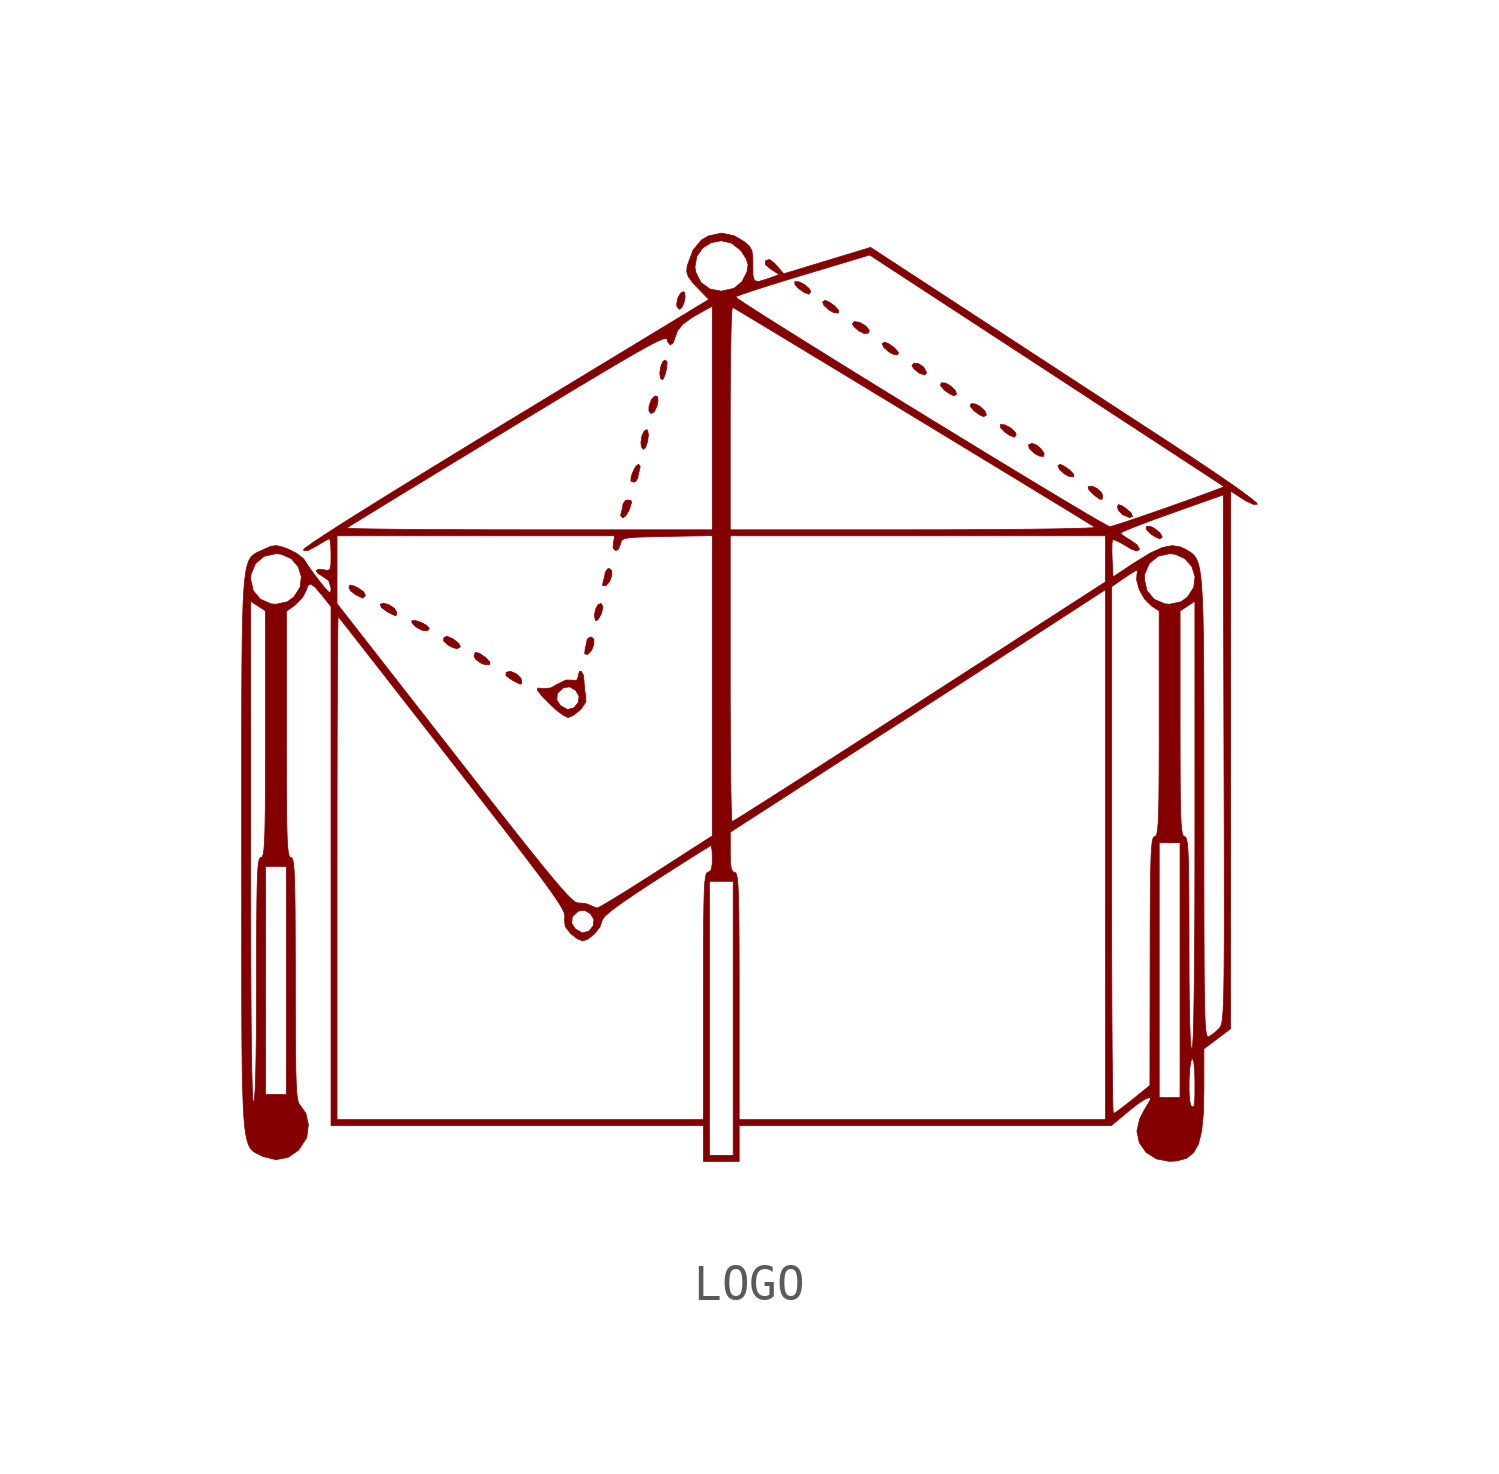
<source format=kicad_sym>
(kicad_symbol_lib
  (version 20210619)
  (generator bitmap2component)
  (symbol "LOGO"
    (pin_names
      (offset 1.016))
    (property "Reference" "#G"
      (at 0 12.573 0)
      (effects (font (size 1.27 1.27)) hide))
    (symbol "LOGO_0_0"
      (polyline (pts (xy -0.339 -12.192) (xy 10.236 -12.192) (xy 10.754 -11.761) (xy 10.974 -11.588) (xy 11.193 -11.443) (xy 11.326 -11.39) (xy 11.36 -11.435) (xy 11.277 -11.582) (xy 11.27 -11.592) (xy 11.16 -11.776) (xy 11.043 -12.009) (xy 11.043 -12.009) (xy 10.966 -12.354) (xy 11.035 -12.679) (xy 11.227 -12.951) (xy 11.519 -13.138) (xy 11.888 -13.208) (xy 12.099 -13.196) (xy 12.369 -13.123) (xy 12.571 -12.969) (xy 12.714 -12.715) (xy 12.806 -12.345) (xy 12.855 -11.842) (xy 12.869 -11.189) (xy 12.869 -10.01) (xy 13.248 -9.725) (xy 13.626 -9.44) (xy 13.629 -1.798) (xy 13.631 5.845) (xy 13.973 5.618) (xy 14.077 5.554) (xy 14.277 5.465) (xy 14.388 5.469) (xy 14.364 5.507) (xy 14.216 5.631) (xy 13.948 5.831) (xy 13.57 6.098) (xy 13.096 6.422) (xy 12.537 6.795) (xy 11.908 7.209) (xy 11.383 7.551) (xy 10.613 8.053) (xy 9.767 8.605) (xy 8.883 9.182) (xy 7.998 9.76) (xy 7.15 10.314) (xy 6.376 10.82) (xy 3.396 12.767) (xy 2.162 12.392) (xy 0.928 12.017) (xy 0.724 12.252) (xy 0.667 12.315) (xy 0.526 12.422) (xy 0.425 12.395) (xy 0.405 12.372) (xy 0.413 12.275) (xy 0.565 12.148) (xy 0.8 11.994) (xy 0.506 11.888) (xy 0.426 11.859) (xy 0.208 11.797) (xy 0.095 11.824) (xy 0.053 11.969) (xy 0.05 12.255) (xy 0.049 12.472) (xy 0.024 12.673) (xy -0.05 12.806) (xy -0.194 12.928) (xy -0.471 13.094) (xy -0.838 13.174) (xy -1.213 13.092) (xy -1.409 12.978) (xy -1.65 12.687) (xy -1.81 12.254) (xy -1.815 12.234) (xy -1.817 12.215) (xy -1.596 12.215) (xy -1.543 12.514) (xy -1.377 12.75) (xy -1.134 12.903) (xy -0.85 12.957) (xy -0.561 12.893) (xy -0.304 12.694) (xy -0.266 12.646) (xy -0.137 12.439) (xy -0.085 12.274) (xy -0.117 12.066) (xy -0.261 11.79) (xy -0.479 11.609) (xy -0.495 11.601) (xy -0.847 11.523) (xy -1.168 11.583) (xy -1.423 11.768) (xy -1.573 12.061) (xy -1.596 12.215) (xy -1.817 12.215) (xy -1.83 12.081) (xy -1.785 11.938) (xy -1.657 11.764) (xy -1.424 11.518) (xy -1.27 11.362) (xy -0.441 11.362) (xy -0.406 11.38) (xy -0.229 11.445) (xy 0.074 11.547) (xy 0.478 11.676) (xy 0.961 11.826) (xy 1.497 11.989) (xy 3.37 12.552) (xy 8.395 9.27) (xy 9.044 8.846) (xy 9.842 8.324) (xy 10.59 7.835) (xy 11.276 7.387) (xy 11.887 6.988) (xy 12.414 6.643) (xy 12.844 6.362) (xy 13.166 6.151) (xy 13.37 6.018) (xy 13.442 5.97) (xy 13.441 5.967) (xy 13.343 5.925) (xy 13.114 5.838) (xy 12.776 5.713) (xy 12.354 5.561) (xy 11.87 5.389) (xy 11.785 5.359) (xy 11.301 5.19) (xy 10.875 5.044) (xy 10.532 4.93) (xy 10.297 4.856) (xy 10.196 4.83) (xy 10.113 4.869) (xy 9.899 4.988) (xy 9.57 5.179) (xy 9.14 5.434) (xy 8.622 5.744) (xy 8.029 6.101) (xy 7.377 6.496) (xy 6.677 6.921) (xy 5.945 7.369) (xy 5.193 7.829) (xy 4.435 8.294) (xy 3.686 8.755) (xy 2.958 9.205) (xy 2.265 9.634) (xy 1.622 10.035) (xy 1.041 10.398) (xy 0.537 10.715) (xy 0.123 10.979) (xy -0.187 11.18) (xy -0.38 11.31) (xy -0.441 11.362) (xy -1.27 11.362) (xy -1.198 11.289) (xy -6.979 7.782) (xy -7.758 7.309) (xy -8.73 6.715) (xy -9.614 6.173) (xy -10.402 5.685) (xy -11.087 5.258) (xy -11.663 4.895) (xy -11.825 4.79) (xy -11.494 4.79) (xy -11.491 4.793) (xy -11.389 4.858) (xy -11.157 5.002) (xy -10.807 5.217) (xy -10.351 5.496) (xy -9.803 5.832) (xy -9.174 6.215) (xy -8.477 6.64) (xy -7.725 7.097) (xy -6.929 7.58) (xy -6.56 7.805) (xy -5.676 8.34) (xy -4.923 8.794) (xy -4.29 9.172) (xy -3.768 9.481) (xy -3.348 9.726) (xy -3.018 9.911) (xy -2.769 10.044) (xy -2.591 10.129) (xy -2.474 10.173) (xy -2.409 10.18) (xy -2.386 10.156) (xy -2.368 10.081) (xy -2.297 9.996) (xy -2.214 10.056) (xy -2.145 10.251) (xy -2.089 10.403) (xy -1.942 10.582) (xy -1.684 10.772) (xy -1.291 10.996) (xy -1.101 11.097) (xy -1.101 8.016) (xy -0.593 8.016) (xy -0.591 8.723) (xy -0.586 9.37) (xy -0.578 9.939) (xy -0.568 10.411) (xy -0.557 10.769) (xy -0.543 10.993) (xy -0.529 11.067) (xy -0.514 11.059) (xy -0.371 10.974) (xy -0.104 10.815) (xy 0.272 10.588) (xy 0.745 10.303) (xy 1.299 9.968) (xy 1.92 9.592) (xy 2.595 9.183) (xy 3.309 8.75) (xy 4.048 8.302) (xy 4.797 7.847) (xy 5.543 7.394) (xy 6.272 6.951) (xy 6.97 6.527) (xy 7.621 6.131) (xy 8.212 5.771) (xy 8.73 5.456) (xy 9.159 5.193) (xy 9.485 4.993) (xy 9.695 4.863) (xy 9.775 4.813) (xy 9.775 4.811) (xy 9.684 4.798) (xy 9.44 4.787) (xy 9.057 4.776) (xy 8.55 4.766) (xy 7.931 4.758) (xy 7.216 4.751) (xy 6.418 4.746) (xy 5.552 4.742) (xy 4.631 4.741) (xy -0.593 4.741) (xy -0.593 8.016) (xy -1.101 8.016) (xy -1.101 4.741) (xy -6.447 4.741) (xy -7.362 4.742) (xy -8.222 4.745) (xy -9.012 4.748) (xy -9.719 4.753) (xy -10.327 4.759) (xy -10.823 4.766) (xy -11.192 4.773) (xy -11.421 4.782) (xy -11.494 4.79) (xy -11.825 4.79) (xy -12.121 4.6) (xy -12.163 4.572) (xy -11.769 4.572) (xy -7.822 4.572) (xy -3.875 4.572) (xy -3.915 4.36) (xy -3.921 4.218) (xy -3.846 4.149) (xy -3.773 4.19) (xy -3.71 4.339) (xy -3.701 4.388) (xy -3.672 4.447) (xy -3.602 4.488) (xy -3.464 4.515) (xy -3.233 4.532) (xy -2.884 4.543) (xy -2.392 4.553) (xy -1.101 4.577) (xy -1.101 4.572) (xy -0.593 4.572) (xy 10.075 4.572) (xy 10.074 4.146) (xy 10.254 4.146) (xy 10.258 4.362) (xy 10.275 4.461) (xy 10.306 4.462) (xy 10.446 4.404) (xy 10.652 4.286) (xy 10.806 4.195) (xy 10.963 4.137) (xy 11.033 4.18) (xy 11.036 4.2) (xy 10.966 4.316) (xy 10.787 4.444) (xy 10.732 4.474) (xy 10.566 4.581) (xy 10.499 4.649) (xy 10.57 4.689) (xy 10.776 4.776) (xy 11.093 4.9) (xy 11.496 5.05) (xy 11.96 5.217) (xy 13.42 5.735) (xy 13.441 -1.761) (xy 13.442 -2.082) (xy 13.446 -3.345) (xy 13.448 -4.451) (xy 13.449 -5.412) (xy 13.449 -6.237) (xy 13.448 -6.938) (xy 13.445 -7.525) (xy 13.44 -8.009) (xy 13.433 -8.399) (xy 13.424 -8.708) (xy 13.413 -8.944) (xy 13.399 -9.12) (xy 13.383 -9.244) (xy 13.363 -9.329) (xy 13.341 -9.384) (xy 13.315 -9.42) (xy 13.194 -9.536) (xy 13.018 -9.663) (xy 13.005 -9.669) (xy 12.979 -9.668) (xy 12.957 -9.639) (xy 12.938 -9.572) (xy 12.922 -9.456) (xy 12.908 -9.279) (xy 12.897 -9.031) (xy 12.889 -8.702) (xy 12.882 -8.279) (xy 12.877 -7.752) (xy 12.874 -7.111) (xy 12.871 -6.344) (xy 12.87 -5.44) (xy 12.869 -4.389) (xy 12.869 -3.18) (xy 12.869 -1.687) (xy 12.869 -0.621) (xy 12.867 0.301) (xy 12.862 1.089) (xy 12.855 1.755) (xy 12.844 2.31) (xy 12.828 2.764) (xy 12.807 3.129) (xy 12.78 3.416) (xy 12.746 3.637) (xy 12.704 3.802) (xy 12.654 3.922) (xy 12.595 4.01) (xy 12.525 4.074) (xy 12.445 4.128) (xy 12.353 4.183) (xy 12.215 4.25) (xy 11.972 4.292) (xy 11.694 4.239) (xy 11.351 4.083) (xy 10.916 3.817) (xy 10.287 3.402) (xy 10.261 3.912) (xy 10.254 4.146) (xy 10.074 4.146) (xy 10.073 3.916) (xy 10.072 3.26) (xy 9.862 3.125) (xy 10.245 3.125) (xy 10.635 3.393) (xy 10.787 3.495) (xy 10.932 3.58) (xy 10.984 3.575) (xy 10.97 3.488) (xy 10.959 3.344) (xy 11.176 3.344) (xy 11.188 3.483) (xy 11.317 3.785) (xy 11.563 3.989) (xy 11.896 4.064) (xy 12.052 4.048) (xy 12.336 3.919) (xy 12.53 3.692) (xy 12.618 3.409) (xy 12.583 3.109) (xy 12.408 2.833) (xy 12.219 2.694) (xy 11.896 2.625) (xy 11.757 2.637) (xy 11.455 2.766) (xy 11.251 3.012) (xy 11.176 3.344) (xy 10.959 3.344) (xy 10.957 3.32) (xy 11.032 3.045) (xy 11.183 2.776) (xy 11.38 2.579) (xy 11.599 2.436) (xy 12.192 2.436) (xy 12.404 2.575) (xy 12.615 2.713) (xy 12.615 -3.634) (xy 12.614 -4.728) (xy 12.612 -5.942) (xy 12.606 -7.003) (xy 12.599 -7.909) (xy 12.589 -8.658) (xy 12.578 -9.247) (xy 12.564 -9.674) (xy 12.548 -9.937) (xy 12.531 -10.033) (xy 12.527 -10.034) (xy 12.503 -9.947) (xy 12.482 -9.692) (xy 12.466 -9.271) (xy 12.455 -8.687) (xy 12.448 -7.94) (xy 12.446 -7.032) (xy 12.445 -6.259) (xy 12.443 -5.597) (xy 12.438 -5.074) (xy 12.43 -4.675) (xy 12.418 -4.383) (xy 12.401 -4.183) (xy 12.38 -4.059) (xy 12.353 -3.997) (xy 12.319 -3.979) (xy 12.312 -3.979) (xy 12.281 -3.954) (xy 12.255 -3.882) (xy 12.235 -3.748) (xy 12.219 -3.536) (xy 12.208 -3.23) (xy 12.2 -2.816) (xy 12.195 -2.279) (xy 12.193 -1.602) (xy 12.192 -0.772) (xy 12.192 2.436) (xy 11.599 2.436) (xy 11.599 -0.939) (xy 11.598 -1.74) (xy 11.595 -2.389) (xy 11.59 -2.902) (xy 11.582 -3.295) (xy 11.57 -3.582) (xy 11.553 -3.779) (xy 11.532 -3.9) (xy 11.505 -3.962) (xy 11.472 -3.979) (xy 11.451 -3.986) (xy 11.423 -4.03) (xy 11.4 -4.127) (xy 11.398 -4.149) (xy 11.599 -4.149) (xy 12.192 -4.149) (xy 12.192 -11.188) (xy 12.447 -11.188) (xy 12.449 -10.893) (xy 12.464 -10.61) (xy 12.492 -10.39) (xy 12.531 -10.287) (xy 12.538 -10.284) (xy 12.58 -10.358) (xy 12.606 -10.586) (xy 12.615 -10.959) (xy 12.614 -11.295) (xy 12.607 -11.529) (xy 12.588 -11.644) (xy 12.555 -11.668) (xy 12.502 -11.627) (xy 12.489 -11.603) (xy 12.46 -11.442) (xy 12.447 -11.188) (xy 12.192 -11.188) (xy 12.192 -11.396) (xy 11.599 -11.396) (xy 11.599 -4.149) (xy 11.398 -4.149) (xy 11.382 -4.292) (xy 11.368 -4.539) (xy 11.358 -4.882) (xy 11.351 -5.337) (xy 11.345 -5.918) (xy 11.342 -6.638) (xy 11.341 -7.514) (xy 11.336 -11.049) (xy 10.841 -11.451) (xy 10.798 -11.486) (xy 10.56 -11.672) (xy 10.38 -11.804) (xy 10.295 -11.853) (xy 10.288 -11.782) (xy 10.281 -11.553) (xy 10.274 -11.178) (xy 10.268 -10.669) (xy 10.262 -10.038) (xy 10.257 -9.297) (xy 10.253 -8.458) (xy 10.249 -7.533) (xy 10.247 -6.535) (xy 10.245 -5.474) (xy 10.245 -4.364) (xy 10.245 3.125) (xy 9.862 3.125) (xy 4.791 -0.148) (xy 4.788 -0.15) (xy 3.935 -0.7) (xy 3.122 -1.223) (xy 2.362 -1.712) (xy 1.666 -2.158) (xy 1.046 -2.555) (xy 0.511 -2.897) (xy 0.074 -3.174) (xy -0.255 -3.382) (xy -0.464 -3.511) (xy -0.541 -3.556) (xy -0.542 -3.556) (xy -0.552 -3.466) (xy -0.561 -3.224) (xy -0.57 -2.846) (xy -0.578 -2.348) (xy -0.584 -1.748) (xy -0.589 -1.061) (xy -0.592 -0.303) (xy -0.593 0.508) (xy -0.593 4.572) (xy -1.101 4.572) (xy -1.101 -3.957) (xy -2.699 -4.984) (xy -2.928 -5.131) (xy -3.373 -5.413) (xy -3.761 -5.654) (xy -4.071 -5.843) (xy -4.281 -5.965) (xy -4.371 -6.009) (xy -4.431 -5.995) (xy -4.586 -5.924) (xy -4.702 -5.88) (xy -4.921 -5.863) (xy -4.943 -5.862) (xy -5.006 -5.832) (xy -5.098 -5.758) (xy -5.226 -5.631) (xy -5.397 -5.442) (xy -5.62 -5.181) (xy -5.901 -4.841) (xy -6.247 -4.411) (xy -6.667 -3.884) (xy -7.168 -3.248) (xy -7.757 -2.497) (xy -8.441 -1.621) (xy -11.769 2.643) (xy -11.769 4.572) (xy -12.163 4.572) (xy -12.455 4.379) (xy -12.658 4.235) (xy -12.723 4.174) (xy -12.704 4.148) (xy -12.585 4.156) (xy -12.355 4.279) (xy -12.255 4.341) (xy -12.074 4.446) (xy -11.982 4.487) (xy -11.964 4.445) (xy -11.945 4.276) (xy -11.938 4.02) (xy -11.942 3.759) (xy -11.966 3.623) (xy -12.029 3.585) (xy -12.15 3.606) (xy -12.292 3.621) (xy -12.361 3.579) (xy -12.305 3.499) (xy -12.15 3.402) (xy -12.004 3.296) (xy -11.938 3.085) (xy -11.938 3.078) (xy -11.947 2.972) (xy -11.989 2.961) (xy -12.087 3.057) (xy -12.263 3.275) (xy -12.411 3.468) (xy -12.581 3.704) (xy -12.686 3.868) (xy -12.728 3.925) (xy -12.912 4.069) (xy -13.159 4.193) (xy -13.303 4.246) (xy -13.492 4.293) (xy -13.651 4.271) (xy -13.859 4.179) (xy -13.884 4.167) (xy -13.983 4.123) (xy -14.071 4.081) (xy -14.148 4.032) (xy -14.214 3.967) (xy -14.271 3.873) (xy -14.319 3.743) (xy -14.359 3.564) (xy -14.389 3.344) (xy -14.224 3.344) (xy -14.212 3.483) (xy -14.083 3.785) (xy -13.837 3.989) (xy -13.504 4.064) (xy -13.348 4.048) (xy -13.064 3.919) (xy -12.87 3.692) (xy -12.782 3.409) (xy -12.817 3.109) (xy -12.992 2.833) (xy -13.181 2.694) (xy -13.504 2.625) (xy -13.643 2.637) (xy -13.945 2.766) (xy -14.149 3.012) (xy -14.224 3.344) (xy -14.389 3.344) (xy -14.392 3.328) (xy -14.418 3.024) (xy -14.434 2.713) (xy -14.224 2.713) (xy -14.012 2.575) (xy -13.801 2.436) (xy -13.801 -1.068) (xy -13.801 -1.628) (xy -13.803 -2.402) (xy -13.806 -3.03) (xy -13.812 -3.526) (xy -13.821 -3.907) (xy -13.833 -4.185) (xy -13.849 -4.376) (xy -13.87 -4.495) (xy -13.896 -4.555) (xy -13.928 -4.572) (xy -13.946 -4.577) (xy -13.975 -4.617) (xy -13.998 -4.709) (xy -14.012 -4.826) (xy -13.801 -4.826) (xy -13.208 -4.826) (xy -13.208 -11.311) (xy -13.801 -11.311) (xy -13.801 -4.826) (xy -14.012 -4.826) (xy -14.016 -4.867) (xy -14.03 -5.107) (xy -14.04 -5.442) (xy -14.047 -5.889) (xy -14.052 -6.46) (xy -14.054 -7.172) (xy -14.055 -8.038) (xy -14.056 -8.627) (xy -14.06 -9.485) (xy -14.069 -10.203) (xy -14.081 -10.775) (xy -14.097 -11.196) (xy -14.116 -11.458) (xy -14.139 -11.557) (xy -14.144 -11.554) (xy -14.161 -11.435) (xy -14.176 -11.147) (xy -14.188 -10.691) (xy -14.199 -10.067) (xy -14.208 -9.275) (xy -14.215 -8.318) (xy -14.22 -7.193) (xy -14.223 -5.903) (xy -14.224 -4.448) (xy -14.224 2.713) (xy -14.434 2.713) (xy -14.438 2.641) (xy -14.453 2.171) (xy -14.464 1.602) (xy -14.471 0.924) (xy -14.476 0.128) (xy -14.478 -0.796) (xy -14.478 -1.86) (xy -14.478 -3.073) (xy -14.478 -4.445) (xy -14.478 -4.672) (xy -14.478 -6.018) (xy -14.478 -7.206) (xy -14.477 -8.246) (xy -14.475 -9.149) (xy -14.47 -9.925) (xy -14.463 -10.584) (xy -14.451 -11.137) (xy -14.436 -11.592) (xy -14.415 -11.961) (xy -14.388 -12.254) (xy -14.355 -12.48) (xy -14.315 -12.65) (xy -14.267 -12.775) (xy -14.211 -12.863) (xy -14.145 -12.926) (xy -14.069 -12.973) (xy -13.983 -13.015) (xy -13.885 -13.062) (xy -13.864 -13.072) (xy -13.504 -13.16) (xy -13.159 -13.095) (xy -12.861 -12.89) (xy -12.646 -12.559) (xy -12.624 -12.498) (xy -12.583 -12.164) (xy -12.656 -11.841) (xy -12.831 -11.596) (xy -12.836 -11.591) (xy -12.866 -11.537) (xy -12.891 -11.433) (xy -12.911 -11.263) (xy -12.926 -11.012) (xy -12.938 -10.666) (xy -12.946 -10.21) (xy -12.951 -9.629) (xy -12.953 -8.908) (xy -12.954 -8.033) (xy -12.954 -7.529) (xy -12.956 -6.752) (xy -12.959 -6.121) (xy -12.965 -5.622) (xy -12.974 -5.24) (xy -12.986 -4.96) (xy -13.002 -4.768) (xy -13.023 -4.649) (xy -13.049 -4.589) (xy -13.081 -4.572) (xy -13.101 -4.566) (xy -13.129 -4.524) (xy -13.152 -4.43) (xy -13.17 -4.269) (xy -13.184 -4.026) (xy -13.194 -3.686) (xy -13.201 -3.236) (xy -13.205 -2.66) (xy -13.207 -1.945) (xy -13.208 -1.074) (xy -13.208 2.424) (xy -12.955 2.61) (xy -12.934 2.627) (xy -12.753 2.815) (xy -12.65 3.007) (xy -12.596 3.157) (xy -12.516 3.2) (xy -12.392 3.112) (xy -12.199 2.888) (xy -11.938 2.558) (xy -11.938 -4.817) (xy -11.938 -4.854) (xy -11.769 -4.854) (xy -11.768 -4.093) (xy -11.768 -3.043) (xy -11.766 -2.052) (xy -11.764 -1.132) (xy -11.761 -0.296) (xy -11.758 0.445) (xy -11.754 1.077) (xy -11.75 1.588) (xy -11.745 1.968) (xy -11.74 2.202) (xy -11.735 2.279) (xy -11.733 2.277) (xy -11.663 2.187) (xy -11.498 1.977) (xy -11.249 1.658) (xy -10.923 1.242) (xy -10.531 0.739) (xy -10.081 0.162) (xy -9.582 -0.478) (xy -9.043 -1.169) (xy -8.473 -1.901) (xy -8.411 -1.98) (xy -7.754 -2.824) (xy -7.194 -3.546) (xy -6.724 -4.155) (xy -6.335 -4.663) (xy -6.021 -5.08) (xy -5.775 -5.414) (xy -5.588 -5.678) (xy -5.454 -5.88) (xy -5.365 -6.031) (xy -5.313 -6.141) (xy -5.293 -6.221) (xy -5.295 -6.28) (xy -5.305 -6.335) (xy -5.292 -6.445) (xy -5.099 -6.445) (xy -5.082 -6.253) (xy -4.903 -6.092) (xy -4.729 -6.073) (xy -4.565 -6.169) (xy -4.466 -6.332) (xy -4.483 -6.511) (xy -4.608 -6.667) (xy -4.796 -6.718) (xy -4.995 -6.604) (xy -5.099 -6.445) (xy -5.292 -6.445) (xy -5.282 -6.532) (xy -5.132 -6.729) (xy -5.112 -6.749) (xy -4.931 -6.886) (xy -4.784 -6.943) (xy -4.639 -6.892) (xy -4.451 -6.74) (xy -4.297 -6.545) (xy -4.233 -6.365) (xy -4.23 -6.346) (xy -4.156 -6.243) (xy -3.977 -6.087) (xy -3.682 -5.869) (xy -3.262 -5.582) (xy -2.706 -5.218) (xy -2.533 -5.107) (xy -2.097 -4.828) (xy -1.719 -4.588) (xy -1.419 -4.4) (xy -1.219 -4.277) (xy -1.139 -4.233) (xy -1.128 -4.251) (xy -1.108 -4.387) (xy -1.107 -4.424) (xy -0.592 -4.424) (xy -0.592 -3.852) (xy 2.943 -1.571) (xy 3.491 -1.216) (xy 4.285 -0.704) (xy 5.082 -0.189) (xy 5.859 0.313) (xy 6.591 0.787) (xy 7.254 1.216) (xy 7.824 1.584) (xy 8.276 1.877) (xy 10.075 3.043) (xy 10.075 -12.023) (xy -0.339 -12.023) (xy -0.339 -8.509) (xy -0.339 -7.936) (xy -0.341 -7.163) (xy -0.344 -6.536) (xy -0.35 -6.04) (xy -0.359 -5.66) (xy -0.371 -5.382) (xy -0.387 -5.191) (xy -0.408 -5.072) (xy -0.434 -5.012) (xy -0.466 -4.995) (xy -0.5 -4.989) (xy -0.556 -4.917) (xy -0.585 -4.739) (xy -0.592 -4.424) (xy -1.107 -4.424) (xy -1.101 -4.614) (xy -1.106 -4.776) (xy -1.144 -4.945) (xy -1.228 -4.995) (xy -1.248 -5.002) (xy -1.276 -5.045) (xy -1.299 -5.14) (xy -1.311 -5.249) (xy -1.185 -5.249) (xy -0.508 -5.249) (xy -0.508 -13.039) (xy -1.185 -13.039) (xy -1.185 -5.249) (xy -1.311 -5.249) (xy -1.317 -5.303) (xy -1.331 -5.547) (xy -1.341 -5.888) (xy -1.348 -6.341) (xy -1.352 -6.918) (xy -1.354 -7.636) (xy -1.355 -8.509) (xy -1.355 -12.023) (xy -11.769 -12.023) (xy -11.769 -4.854) (xy -11.938 -4.854) (xy -11.938 -12.192) (xy -1.355 -12.192) (xy -1.355 -13.208) (xy -0.339 -13.208) (xy -0.339 -12.192)) (stroke (width 0.01)) (fill (type outline)))
      (polyline (pts (xy -1.97 11.055) (xy -1.904 11.204) (xy -1.873 11.378) (xy -1.899 11.495) (xy -1.919 11.508) (xy -2.004 11.466) (xy -2.081 11.33) (xy -2.115 11.155) (xy -2.103 11.076) (xy -2.034 11.007) (xy -1.97 11.055)) (stroke (width 0.01)) (fill (type outline)))
      (polyline (pts (xy 11.624 4.487) (xy 11.686 4.535) (xy 11.631 4.643) (xy 11.477 4.773) (xy 11.359 4.834) (xy 11.237 4.839) (xy 11.229 4.756) (xy 11.363 4.62) (xy 11.506 4.532) (xy 11.618 4.487) (xy 11.624 4.487)) (stroke (width 0.01)) (fill (type outline)))
      (polyline (pts (xy -5.188 -0.591) (xy -5.035 -0.521) (xy -4.856 -0.376) (xy -4.828 -0.348) (xy -4.697 -0.155) (xy -4.698 0.026) (xy -4.732 0.189) (xy -4.748 0.439) (xy -4.764 0.604) (xy -4.825 0.719) (xy -4.878 0.714) (xy -4.911 0.596) (xy -4.912 0.564) (xy -4.957 0.461) (xy -5.105 0.469) (xy -5.261 0.472) (xy -5.515 0.348) (xy -5.689 0.247) (xy -5.913 0.226) (xy -5.953 0.236) (xy -6.067 0.242) (xy -6.069 0.177) (xy -5.953 0.029) (xy -5.833 -0.095) (xy -5.523 -0.095) (xy -5.505 0.097) (xy -5.326 0.258) (xy -5.152 0.277) (xy -4.988 0.181) (xy -4.89 0.018) (xy -4.906 -0.161) (xy -5.032 -0.317) (xy -5.219 -0.368) (xy -5.419 -0.254) (xy -5.523 -0.095) (xy -5.833 -0.095) (xy -5.715 -0.216) (xy -5.524 -0.39) (xy -5.328 -0.536) (xy -5.203 -0.593) (xy -5.188 -0.591)) (stroke (width 0.01)) (fill (type outline)))
      (polyline (pts (xy -6.524 0.367) (xy -6.519 0.445) (xy -6.549 0.532) (xy -6.675 0.65) (xy -6.836 0.717) (xy -6.962 0.692) (xy -6.965 0.597) (xy -6.804 0.477) (xy -6.689 0.415) (xy -6.565 0.355) (xy -6.524 0.367)) (stroke (width 0.01)) (fill (type outline)))
      (polyline (pts (xy -7.42 0.977) (xy -7.545 1.111) (xy -7.725 1.233) (xy -7.84 1.255) (xy -7.874 1.156) (xy -7.83 1.063) (xy -7.684 0.955) (xy -7.585 0.916) (xy -7.44 0.905) (xy -7.42 0.977)) (stroke (width 0.01)) (fill (type outline)))
      (polyline (pts (xy -4.625 1.214) (xy -4.528 1.327) (xy -4.47 1.487) (xy -4.468 1.631) (xy -4.537 1.693) (xy -4.588 1.687) (xy -4.658 1.63) (xy -4.671 1.544) (xy -4.713 1.365) (xy -4.715 1.356) (xy -4.729 1.215) (xy -4.653 1.201) (xy -4.625 1.214)) (stroke (width 0.01)) (fill (type outline)))
      (polyline (pts (xy -8.268 1.412) (xy -8.264 1.417) (xy -8.301 1.503) (xy -8.442 1.62) (xy -8.49 1.651) (xy -8.649 1.717) (xy -8.735 1.67) (xy -8.737 1.581) (xy -8.611 1.464) (xy -8.47 1.391) (xy -8.351 1.363) (xy -8.268 1.412)) (stroke (width 0.01)) (fill (type outline)))
      (polyline (pts (xy -9.144 1.934) (xy -9.211 2.017) (xy -9.366 2.104) (xy -9.535 2.162) (xy -9.642 2.155) (xy -9.636 2.092) (xy -9.53 1.983) (xy -9.355 1.889) (xy -9.206 1.868) (xy -9.144 1.934)) (stroke (width 0.01)) (fill (type outline)))
      (polyline (pts (xy -4.351 2.186) (xy -4.268 2.332) (xy -4.25 2.377) (xy -4.209 2.553) (xy -4.263 2.643) (xy -4.27 2.647) (xy -4.353 2.612) (xy -4.421 2.478) (xy -4.453 2.309) (xy -4.425 2.169) (xy -4.419 2.162) (xy -4.351 2.186)) (stroke (width 0.01)) (fill (type outline)))
      (polyline (pts (xy -10.079 2.316) (xy -10.075 2.4) (xy -10.137 2.508) (xy -10.282 2.605) (xy -10.439 2.656) (xy -10.54 2.626) (xy -10.543 2.621) (xy -10.502 2.529) (xy -10.353 2.421) (xy -10.247 2.363) (xy -10.122 2.303) (xy -10.079 2.316)) (stroke (width 0.01)) (fill (type outline)))
      (polyline (pts (xy -11.026 2.802) (xy -10.967 2.875) (xy -10.963 2.886) (xy -11.015 2.98) (xy -11.173 3.089) (xy -11.296 3.148) (xy -11.403 3.171) (xy -11.43 3.106) (xy -11.386 3.01) (xy -11.239 2.897) (xy -11.112 2.836) (xy -11.033 2.8) (xy -11.026 2.802)) (stroke (width 0.01)) (fill (type outline)))
      (polyline (pts (xy -4.118 3.161) (xy -4.02 3.274) (xy -3.962 3.435) (xy -3.96 3.579) (xy -4.029 3.641) (xy -4.082 3.628) (xy -4.149 3.521) (xy -4.155 3.447) (xy -4.205 3.255) (xy -4.222 3.162) (xy -4.146 3.148) (xy -4.118 3.161)) (stroke (width 0.01)) (fill (type outline)))
      (polyline (pts (xy -3.561 5.138) (xy -3.469 5.297) (xy -3.449 5.352) (xy -3.397 5.514) (xy -3.416 5.577) (xy -3.514 5.588) (xy -3.573 5.574) (xy -3.641 5.468) (xy -3.646 5.405) (xy -3.692 5.214) (xy -3.705 5.142) (xy -3.648 5.08) (xy -3.561 5.138)) (stroke (width 0.01)) (fill (type outline)))
      (polyline (pts (xy -3.285 6.109) (xy -3.217 6.216) (xy -3.213 6.279) (xy -3.166 6.47) (xy -3.152 6.542) (xy -3.2 6.604) (xy -3.204 6.604) (xy -3.289 6.526) (xy -3.374 6.35) (xy -3.408 6.245) (xy -3.416 6.126) (xy -3.34 6.096) (xy -3.285 6.109)) (stroke (width 0.01)) (fill (type outline)))
      (polyline (pts (xy -2.997 7.088) (xy -2.943 7.249) (xy -2.918 7.433) (xy -2.939 7.565) (xy -2.968 7.59) (xy -3.04 7.545) (xy -3.103 7.405) (xy -3.131 7.218) (xy -3.116 7.099) (xy -3.058 7.027) (xy -2.997 7.088)) (stroke (width 0.01)) (fill (type outline)))
      (polyline (pts (xy -2.752 8.094) (xy -2.672 8.265) (xy -2.645 8.425) (xy -2.657 8.527) (xy -2.732 8.545) (xy -2.83 8.448) (xy -2.899 8.256) (xy -2.904 8.117) (xy -2.844 8.044) (xy -2.752 8.094)) (stroke (width 0.01)) (fill (type outline)))
      (polyline (pts (xy -2.446 9.145) (xy -2.396 9.35) (xy -2.387 9.517) (xy -2.446 9.567) (xy -2.51 9.519) (xy -2.57 9.366) (xy -2.595 9.179) (xy -2.567 9.035) (xy -2.509 9.012) (xy -2.446 9.145)) (stroke (width 0.01)) (fill (type outline)))
      (polyline (pts (xy 10.841 5.119) (xy 10.799 5.222) (xy 10.626 5.369) (xy 10.525 5.431) (xy 10.435 5.457) (xy 10.414 5.383) (xy 10.439 5.299) (xy 10.562 5.171) (xy 10.573 5.165) (xy 10.762 5.09) (xy 10.841 5.119)) (stroke (width 0.01)) (fill (type outline)))
      (polyline (pts (xy 9.991 5.712) (xy 9.964 5.79) (xy 9.845 5.908) (xy 9.694 5.982) (xy 9.581 5.969) (xy 9.58 5.967) (xy 9.601 5.879) (xy 9.725 5.75) (xy 9.765 5.717) (xy 9.914 5.611) (xy 9.977 5.611) (xy 9.991 5.712)) (stroke (width 0.01)) (fill (type outline)))
      (polyline (pts (xy 9.175 6.312) (xy 9.05 6.445) (xy 8.89 6.554) (xy 8.784 6.602) (xy 8.783 6.602) (xy 8.719 6.56) (xy 8.768 6.454) (xy 8.911 6.327) (xy 9.041 6.257) (xy 9.162 6.242) (xy 9.175 6.312)) (stroke (width 0.01)) (fill (type outline)))
      (polyline (pts (xy 8.328 6.909) (xy 8.246 7.034) (xy 8.117 7.147) (xy 7.988 7.197) (xy 7.884 7.155) (xy 7.909 7.048) (xy 8.057 6.909) (xy 8.198 6.836) (xy 8.317 6.828) (xy 8.328 6.909)) (stroke (width 0.01)) (fill (type outline)))
      (polyline (pts (xy 7.535 7.446) (xy 7.502 7.521) (xy 7.372 7.639) (xy 7.209 7.724) (xy 7.087 7.731) (xy 7.084 7.729) (xy 7.089 7.647) (xy 7.206 7.525) (xy 7.345 7.428) (xy 7.489 7.373) (xy 7.535 7.446)) (stroke (width 0.01)) (fill (type outline)))
      (polyline (pts (xy 6.688 8.004) (xy 6.647 8.114) (xy 6.505 8.247) (xy 6.373 8.318) (xy 6.251 8.326) (xy 6.231 8.25) (xy 6.346 8.115) (xy 6.499 8.007) (xy 6.613 7.959) (xy 6.688 8.004)) (stroke (width 0.01)) (fill (type outline)))
      (polyline (pts (xy 5.841 8.596) (xy 5.8 8.706) (xy 5.659 8.839) (xy 5.527 8.911) (xy 5.404 8.919) (xy 5.384 8.842) (xy 5.499 8.707) (xy 5.652 8.6) (xy 5.767 8.551) (xy 5.841 8.596)) (stroke (width 0.01)) (fill (type outline)))
      (polyline (pts (xy 4.989 9.206) (xy 4.908 9.359) (xy 4.897 9.371) (xy 4.762 9.462) (xy 4.631 9.478) (xy 4.572 9.408) (xy 4.621 9.326) (xy 4.763 9.206) (xy 4.785 9.192) (xy 4.938 9.14) (xy 4.989 9.206)) (stroke (width 0.01)) (fill (type outline)))
      (polyline (pts (xy 4.186 9.785) (xy 4.068 9.919) (xy 3.915 10.027) (xy 3.801 10.075) (xy 3.726 10.034) (xy 3.768 9.929) (xy 3.916 9.799) (xy 4.044 9.73) (xy 4.168 9.714) (xy 4.186 9.785)) (stroke (width 0.01)) (fill (type outline)))
      (polyline (pts (xy 3.334 10.331) (xy 3.36 10.412) (xy 3.255 10.538) (xy 3.087 10.635) (xy 2.939 10.661) (xy 2.879 10.594) (xy 2.928 10.51) (xy 3.069 10.39) (xy 3.212 10.323) (xy 3.334 10.331)) (stroke (width 0.01)) (fill (type outline)))
      (polyline (pts (xy 2.493 10.971) (xy 2.375 11.105) (xy 2.222 11.212) (xy 2.107 11.261) (xy 2.033 11.22) (xy 2.075 11.115) (xy 2.223 10.984) (xy 2.35 10.915) (xy 2.475 10.9) (xy 2.493 10.971)) (stroke (width 0.01)) (fill (type outline)))
      (polyline (pts (xy 1.693 11.51) (xy 1.66 11.585) (xy 1.53 11.703) (xy 1.367 11.788) (xy 1.245 11.795) (xy 1.242 11.793) (xy 1.247 11.711) (xy 1.364 11.589) (xy 1.503 11.492) (xy 1.647 11.437) (xy 1.693 11.51)) (stroke (width 0.01)) (fill (type outline))))))
</source>
